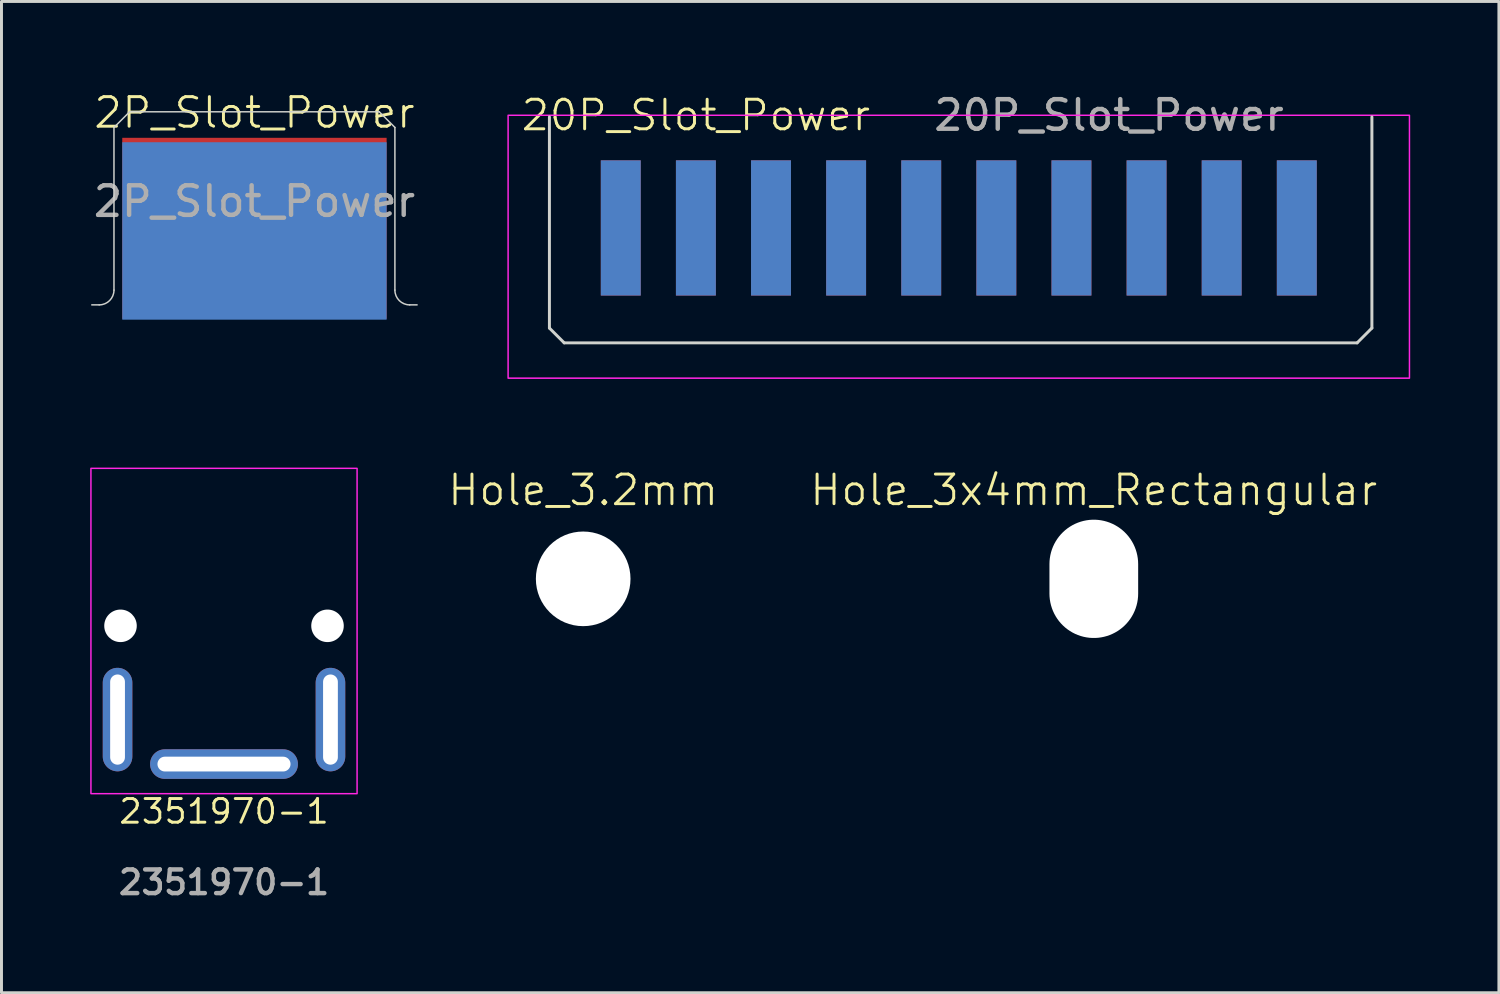
<source format=kicad_pcb>
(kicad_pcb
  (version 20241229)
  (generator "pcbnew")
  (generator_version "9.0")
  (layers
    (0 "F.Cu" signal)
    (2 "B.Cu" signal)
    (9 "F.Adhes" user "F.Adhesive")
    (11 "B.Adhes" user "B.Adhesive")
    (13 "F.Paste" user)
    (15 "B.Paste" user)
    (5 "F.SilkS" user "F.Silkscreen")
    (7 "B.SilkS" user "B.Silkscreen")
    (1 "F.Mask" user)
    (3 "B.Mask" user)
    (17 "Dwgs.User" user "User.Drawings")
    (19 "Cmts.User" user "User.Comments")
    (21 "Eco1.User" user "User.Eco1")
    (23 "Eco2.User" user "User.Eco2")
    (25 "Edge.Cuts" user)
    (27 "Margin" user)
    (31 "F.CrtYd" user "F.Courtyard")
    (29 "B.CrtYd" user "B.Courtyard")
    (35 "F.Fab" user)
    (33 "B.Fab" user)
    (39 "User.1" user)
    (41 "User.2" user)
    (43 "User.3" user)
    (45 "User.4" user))
  (footprint "2P_Slot_Power"
    (layer "F.Cu")
    (at 5.554 1.26)
    (property "Reference" "2P_Slot_Power" (at 0 -0.5 0) (unlocked yes) (layer "F.SilkS") (effects (font (size 1 1) (thickness 0.1))))
    (attr through_hole)
    (fp_rect (start -4.75 -0.53) (end 4.75 5.57) (stroke (width 0.1) (type solid)) (fill yes) (layer "F.Mask"))
    (fp_rect (start -4.75 -0.53) (end 4.75 5.57) (stroke (width 0.1) (type solid)) (fill yes) (layer "B.Mask"))
    (fp_line (start -5.25 6) (end -5.5 6) (stroke (width 0.05) (type default)) (layer "Edge.Cuts"))
    (fp_line (start -4.75 0) (end -4.75 5.5) (stroke (width 0.05) (type solid)) (layer "Edge.Cuts"))
    (fp_line (start -4.75 0) (end -4.22 -0.53) (stroke (width 0.05) (type solid)) (layer "Edge.Cuts"))
    (fp_line (start -4.22 -0.53) (end 4.22 -0.53) (stroke (width 0.05) (type default)) (layer "Edge.Cuts"))
    (fp_line (start 4.75 0) (end 4.22 -0.53) (stroke (width 0.05) (type solid)) (layer "Edge.Cuts"))
    (fp_line (start 4.75 0) (end 4.75 5.5) (stroke (width 0.05) (type solid)) (layer "Edge.Cuts"))
    (fp_line (start 5.25 6) (end 5.5 6) (stroke (width 0.05) (type default)) (layer "Edge.Cuts"))
    (fp_arc (start -4.75 5.5) (mid -4.896447 5.853553) (end -5.25 6) (stroke (width 0.05) (type solid)) (layer "Edge.Cuts"))
    (fp_arc (start 5.25 6) (mid 4.896447 5.853553) (end 4.75 5.5) (stroke (width 0.05) (type solid)) (layer "Edge.Cuts"))
    (fp_text user "${REFERENCE}" (at 0 2.5 0) (unlocked yes) (layer "F.Fab") (effects (font (size 1 1) (thickness 0.15))))
    (pad "1" connect rect (at 0 3.41) (size 8.94 6.12) (layers "F.Cu"))
    (pad "2" connect rect (at 0 3.5) (size 8.94 6) (layers "B.Cu")))
  (footprint "2351970-1"
    (layer "F.Cu")
    (at 4.525 22.788)
    (property "Reference" "2351970-1" (at 0 1.6 0) (unlocked yes) (layer "F.SilkS") (effects (font (size 0.8 0.8) (thickness 0.1))))
    (attr through_hole)
    (fp_rect (start -4.5 -10) (end 4.5 1) (stroke (width 0.05) (type default)) (fill no) (layer "F.CrtYd"))
    (fp_text user "${REFERENCE}" (at 0 4 0) (unlocked yes) (layer "F.Fab") (effects (font (size 0.8 0.8) (thickness 0.15))))
    (pad "" np_thru_hole circle (at -3.5 -4.675) (size 1.1 1.1) (drill 1.1) (layers "*.Cu" "*.Mask"))
    (pad "" np_thru_hole circle (at 3.5 -4.675) (size 1.1 1.1) (drill 1.1) (layers "*.Cu" "*.Mask"))
    (pad "1" thru_hole oval (at -3.6 -1.505) (size 1 3.5) (drill oval 0.5 3.05) (layers "*.Cu" "*.Mask"))
    (pad "1" thru_hole oval (at 3.6 -1.505) (size 1 3.5) (drill oval 0.5 3.05) (layers "*.Cu" "*.Mask"))
    (pad "2" thru_hole oval (at 0 0) (size 5 1) (drill oval 4.5 0.5) (layers "*.Cu" "*.Mask")))
  (footprint "Hole_3.2mm"
    (layer "F.Cu")
    (at 16.671 16.524)
    (property "Reference" "Hole_3.2mm" (at 0 -3 0) (unlocked yes) (layer "F.SilkS") (effects (font (size 1 1) (thickness 0.1))))
    (attr smd)
    (pad "" np_thru_hole circle (at 0 0) (size 3.2 3.2) (drill 3.2) (layers "*.Cu" "*.Mask")))
  (footprint "20P_Slot_Power"
    (layer "F.Cu")
    (at 17.942 4.658)
    (property "Reference" "20P_Slot_Power" (at 2.54 -3.81 0) (unlocked yes) (layer "F.SilkS") (effects (font (size 1 1) (thickness 0.1))))
    (attr smd)
    (fp_line (start -2.413 3.386) (end -2.413 -3.754) (stroke (width 0.1) (type default)) (layer "Edge.Cuts"))
    (fp_line (start -1.913 3.886) (end -2.413 3.386) (stroke (width 0.1) (type default)) (layer "Edge.Cuts"))
    (fp_line (start -1.913 3.886) (end 24.9 3.886) (stroke (width 0.1) (type default)) (layer "Edge.Cuts"))
    (fp_line (start 24.9 3.886) (end 25.4 3.386) (stroke (width 0.1) (type default)) (layer "Edge.Cuts"))
    (fp_line (start 25.4 3.386) (end 25.4 -3.754) (stroke (width 0.1) (type default)) (layer "Edge.Cuts"))
    (fp_rect (start -3.81 -3.81) (end 26.67 5.08) (stroke (width 0.05) (type default)) (fill no) (layer "F.CrtYd"))
    (fp_text user "${REFERENCE}" (at 16.51 -3.81 0) (unlocked yes) (layer "F.Fab") (effects (font (size 1 1) (thickness 0.15))))
    (pad "1" smd rect (at 0 0) (size 1.35 4.572) (layers "B.Cu"))
    (pad "2" smd rect (at 0 0) (size 1.35 4.572) (layers "F.Cu"))
    (pad "3" smd rect (at 2.54 0) (size 1.35 4.572) (layers "B.Cu"))
    (pad "4" smd rect (at 2.54 0) (size 1.35 4.572) (layers "F.Cu"))
    (pad "5" smd rect (at 5.08 0) (size 1.35 4.572) (layers "B.Cu"))
    (pad "6" smd rect (at 5.08 0) (size 1.35 4.572) (layers "F.Cu"))
    (pad "7" smd rect (at 7.62 0) (size 1.35 4.572) (layers "B.Cu"))
    (pad "8" smd rect (at 7.62 0) (size 1.35 4.572) (layers "F.Cu"))
    (pad "9" smd rect (at 10.16 0) (size 1.35 4.572) (layers "B.Cu"))
    (pad "10" smd rect (at 10.16 0) (size 1.35 4.572) (layers "F.Cu"))
    (pad "11" smd rect (at 12.7 0) (size 1.35 4.572) (layers "B.Cu"))
    (pad "12" smd rect (at 12.7 0) (size 1.35 4.572) (layers "F.Cu"))
    (pad "13" smd rect (at 15.24 0) (size 1.35 4.572) (layers "B.Cu"))
    (pad "14" smd rect (at 15.24 0) (size 1.35 4.572) (layers "F.Cu"))
    (pad "15" smd rect (at 17.78 0) (size 1.35 4.572) (layers "B.Cu"))
    (pad "16" smd rect (at 17.78 0) (size 1.35 4.572) (layers "F.Cu"))
    (pad "17" smd rect (at 20.32 0) (size 1.35 4.572) (layers "B.Cu"))
    (pad "18" smd rect (at 20.32 0) (size 1.35 4.572) (layers "F.Cu"))
    (pad "19" smd rect (at 22.86 0) (size 1.35 4.572) (layers "B.Cu"))
    (pad "20" smd rect (at 22.86 0) (size 1.35 4.572) (layers "F.Cu")))
  (footprint "Hole_3x4mm_Rectangular"
    (layer "F.Cu")
    (at 33.938 16.524)
    (property "Reference" "Hole_3x4mm_Rectangular" (at 0 -3 0) (unlocked yes) (layer "F.SilkS") (effects (font (size 1 1) (thickness 0.1))))
    (attr smd)
    (pad "" np_thru_hole oval (at 0 0) (size 3 4) (drill oval 3 4) (layers "*.Cu" "*.Mask")))
  (gr_rect
    (start -3 -3)
    (end 47.637 30.52)
    (stroke (width 0.1) (type default))
    (fill no)
    (layer "Edge.Cuts")))
</source>
